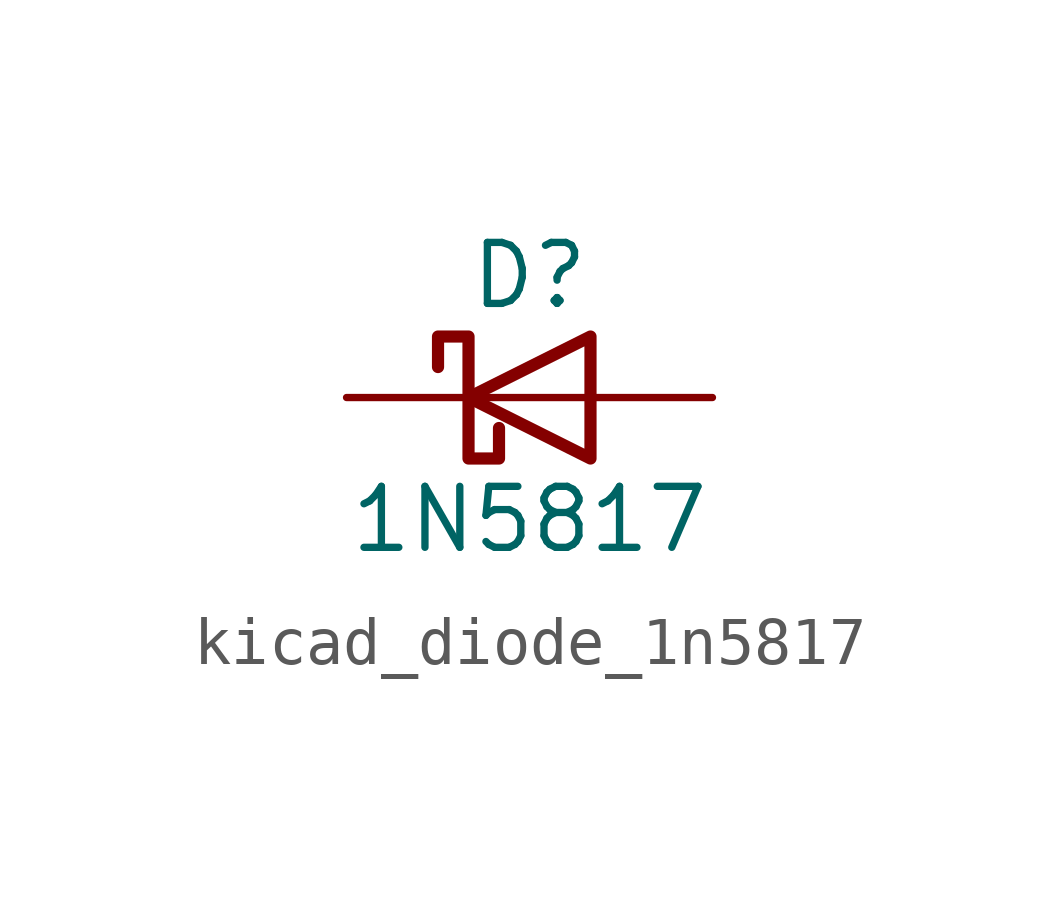
<source format=kicad_sym>
(kicad_symbol_lib
  (version 20220914)
  (generator kicad_symbol_editor)
  (symbol "kicad_diode_1n5817"
    (pin_numbers hide)
    (pin_names
      (offset 1.016) hide)
    (property "Reference" "D"
      (at 0 2.54 0)
      (effects (font (size 1.27 1.27))))
    (property "Value" "1N5817"
      (at 0 -2.54 0)
      (effects (font (size 1.27 1.27))))
    (symbol "kicad_diode_1n5817_0_1"
      (polyline (pts (xy 1.27 0) (xy -1.27 0)) (stroke (width 0) (type default)) (fill (type none)))
      (polyline (pts (xy 1.27 1.27) (xy 1.27 -1.27) (xy -1.27 0) (xy 1.27 1.27)) (stroke (width 0.254) (type default)) (fill (type none)))
      (polyline (pts (xy -1.905 0.635) (xy -1.905 1.27) (xy -1.27 1.27) (xy -1.27 -1.27) (xy -0.635 -1.27) (xy -0.635 -0.635)) (stroke (width 0.254) (type default)) (fill (type none))))
    (symbol "kicad_diode_1n5817_1_1"
      (pin passive line (at -3.81 0 0) (length 2.54) (name "K" (effects (font (size 1.27 1.27)))) (number "1" (effects (font (size 1.27 1.27)))))
      (pin passive line (at 3.81 0 180) (length 2.54) (name "A" (effects (font (size 1.27 1.27)))) (number "2" (effects (font (size 1.27 1.27))))))))
</source>
